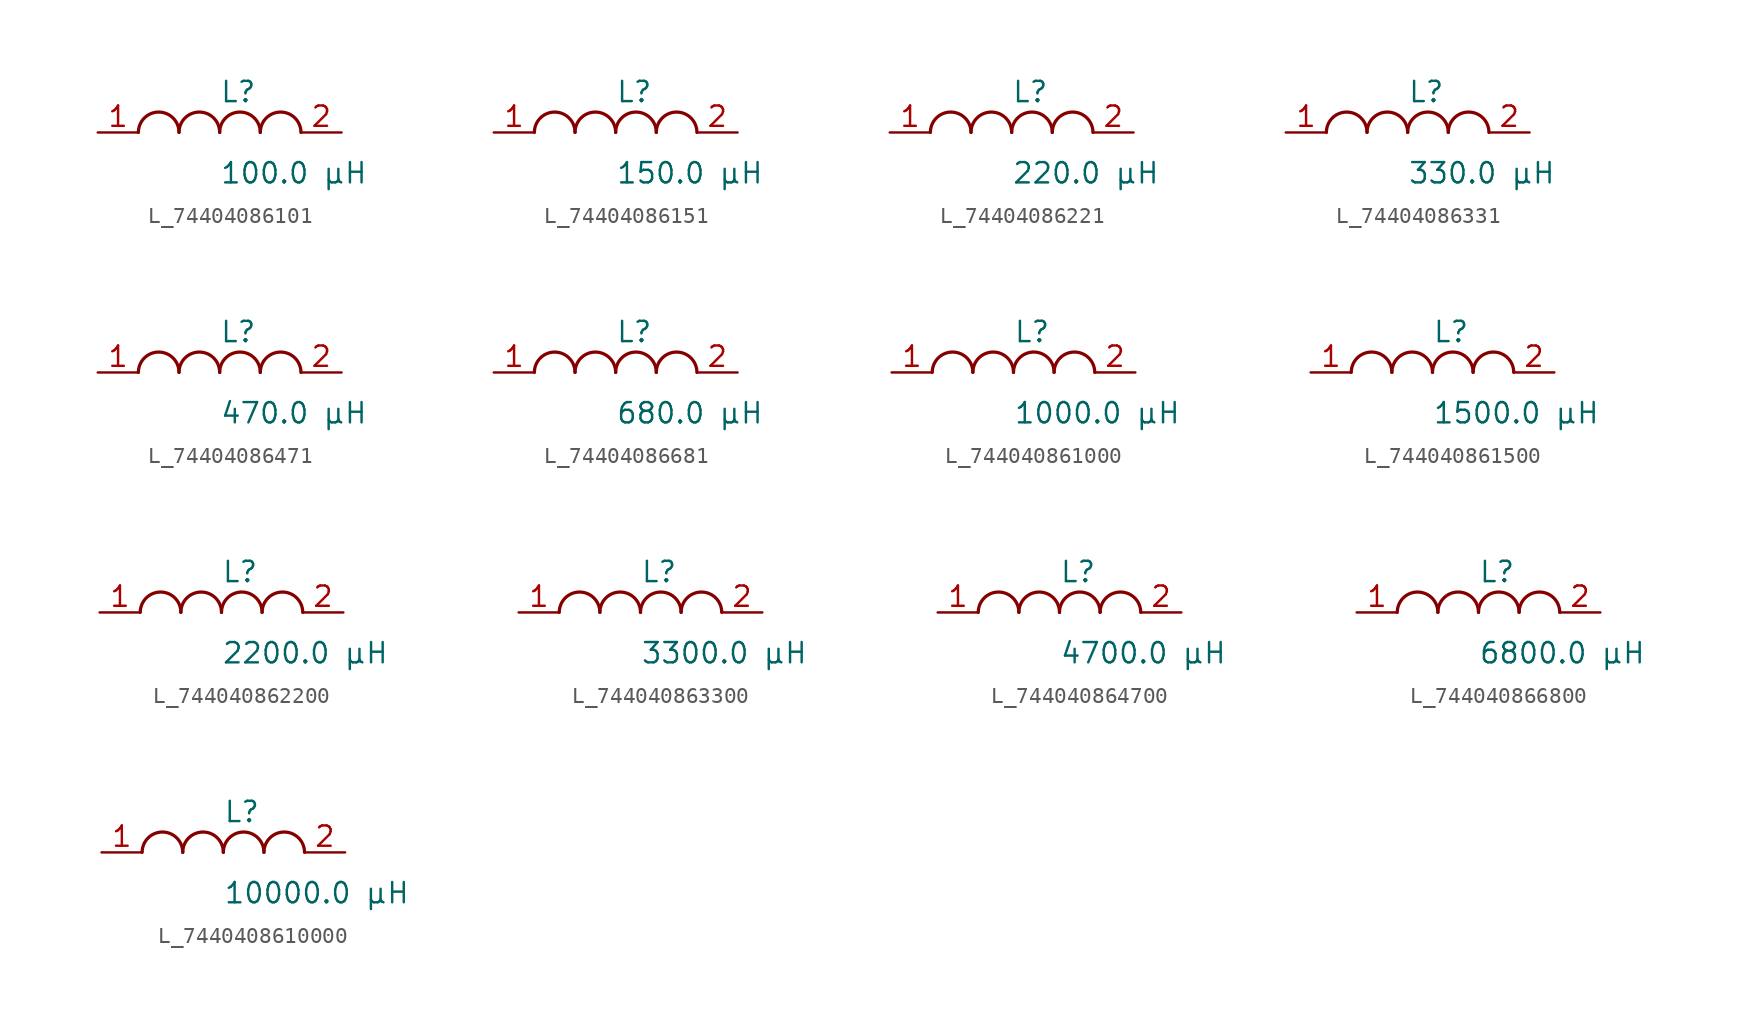
<source format=kicad_sym>
(kicad_symbol_lib
  (version 20231120)
  (generator kicad_symbol_editor)
  (generator_version 8.0)
  (symbol "L_74404086101"
    (pin_names
      (offset 0.254))
    (property "Reference" "L"
      (at 0.0 2.54 0)
      (effects (font (size 1.27 1.27)) (justify left)))
    (property "Value" "100.0 µH"
      (at 0.0 -2.54 0)
      (effects (font (size 1.27 1.27)) (justify left)))
    (symbol "L_74404086101_1_1"
      (arc (start -2.54 0.0056) (mid -3.81 1.27) (end -5.08 0.0056) (stroke (width 0.2032) (type default)) (fill (type none)))
      (arc (start 0 0.0056) (mid -1.27 1.27) (end -2.54 0.0056) (stroke (width 0.2032) (type default)) (fill (type none)))
      (arc (start 2.54 0.0056) (mid 1.27 1.27) (end 0 0.0056) (stroke (width 0.2032) (type default)) (fill (type none)))
      (arc (start 5.08 0.0056) (mid 3.81 1.27) (end 2.54 0.0056) (stroke (width 0.2032) (type default)) (fill (type none)))
      (pin unspecified line (at -7.62 0 0) (length 2.54) (name "" (effects (font (size 1.27 1.27)))) (number "1" (effects (font (size 1.27 1.27)))))
      (pin unspecified line (at 7.62 0 180) (length 2.54) (name "" (effects (font (size 1.27 1.27)))) (number "2" (effects (font (size 1.27 1.27)))))))
  (symbol "L_74404086151"
    (pin_names
      (offset 0.254))
    (property "Reference" "L"
      (at 0.0 2.54 0)
      (effects (font (size 1.27 1.27)) (justify left)))
    (property "Value" "150.0 µH"
      (at 0.0 -2.54 0)
      (effects (font (size 1.27 1.27)) (justify left)))
    (symbol "L_74404086151_1_1"
      (arc (start -2.54 0.0056) (mid -3.81 1.27) (end -5.08 0.0056) (stroke (width 0.2032) (type default)) (fill (type none)))
      (arc (start 0 0.0056) (mid -1.27 1.27) (end -2.54 0.0056) (stroke (width 0.2032) (type default)) (fill (type none)))
      (arc (start 2.54 0.0056) (mid 1.27 1.27) (end 0 0.0056) (stroke (width 0.2032) (type default)) (fill (type none)))
      (arc (start 5.08 0.0056) (mid 3.81 1.27) (end 2.54 0.0056) (stroke (width 0.2032) (type default)) (fill (type none)))
      (pin unspecified line (at -7.62 0 0) (length 2.54) (name "" (effects (font (size 1.27 1.27)))) (number "1" (effects (font (size 1.27 1.27)))))
      (pin unspecified line (at 7.62 0 180) (length 2.54) (name "" (effects (font (size 1.27 1.27)))) (number "2" (effects (font (size 1.27 1.27)))))))
  (symbol "L_74404086221"
    (pin_names
      (offset 0.254))
    (property "Reference" "L"
      (at 0.0 2.54 0)
      (effects (font (size 1.27 1.27)) (justify left)))
    (property "Value" "220.0 µH"
      (at 0.0 -2.54 0)
      (effects (font (size 1.27 1.27)) (justify left)))
    (symbol "L_74404086221_1_1"
      (arc (start -2.54 0.0056) (mid -3.81 1.27) (end -5.08 0.0056) (stroke (width 0.2032) (type default)) (fill (type none)))
      (arc (start 0 0.0056) (mid -1.27 1.27) (end -2.54 0.0056) (stroke (width 0.2032) (type default)) (fill (type none)))
      (arc (start 2.54 0.0056) (mid 1.27 1.27) (end 0 0.0056) (stroke (width 0.2032) (type default)) (fill (type none)))
      (arc (start 5.08 0.0056) (mid 3.81 1.27) (end 2.54 0.0056) (stroke (width 0.2032) (type default)) (fill (type none)))
      (pin unspecified line (at -7.62 0 0) (length 2.54) (name "" (effects (font (size 1.27 1.27)))) (number "1" (effects (font (size 1.27 1.27)))))
      (pin unspecified line (at 7.62 0 180) (length 2.54) (name "" (effects (font (size 1.27 1.27)))) (number "2" (effects (font (size 1.27 1.27)))))))
  (symbol "L_74404086331"
    (pin_names
      (offset 0.254))
    (property "Reference" "L"
      (at 0.0 2.54 0)
      (effects (font (size 1.27 1.27)) (justify left)))
    (property "Value" "330.0 µH"
      (at 0.0 -2.54 0)
      (effects (font (size 1.27 1.27)) (justify left)))
    (symbol "L_74404086331_1_1"
      (arc (start -2.54 0.0056) (mid -3.81 1.27) (end -5.08 0.0056) (stroke (width 0.2032) (type default)) (fill (type none)))
      (arc (start 0 0.0056) (mid -1.27 1.27) (end -2.54 0.0056) (stroke (width 0.2032) (type default)) (fill (type none)))
      (arc (start 2.54 0.0056) (mid 1.27 1.27) (end 0 0.0056) (stroke (width 0.2032) (type default)) (fill (type none)))
      (arc (start 5.08 0.0056) (mid 3.81 1.27) (end 2.54 0.0056) (stroke (width 0.2032) (type default)) (fill (type none)))
      (pin unspecified line (at -7.62 0 0) (length 2.54) (name "" (effects (font (size 1.27 1.27)))) (number "1" (effects (font (size 1.27 1.27)))))
      (pin unspecified line (at 7.62 0 180) (length 2.54) (name "" (effects (font (size 1.27 1.27)))) (number "2" (effects (font (size 1.27 1.27)))))))
  (symbol "L_74404086471"
    (pin_names
      (offset 0.254))
    (property "Reference" "L"
      (at 0.0 2.54 0)
      (effects (font (size 1.27 1.27)) (justify left)))
    (property "Value" "470.0 µH"
      (at 0.0 -2.54 0)
      (effects (font (size 1.27 1.27)) (justify left)))
    (symbol "L_74404086471_1_1"
      (arc (start -2.54 0.0056) (mid -3.81 1.27) (end -5.08 0.0056) (stroke (width 0.2032) (type default)) (fill (type none)))
      (arc (start 0 0.0056) (mid -1.27 1.27) (end -2.54 0.0056) (stroke (width 0.2032) (type default)) (fill (type none)))
      (arc (start 2.54 0.0056) (mid 1.27 1.27) (end 0 0.0056) (stroke (width 0.2032) (type default)) (fill (type none)))
      (arc (start 5.08 0.0056) (mid 3.81 1.27) (end 2.54 0.0056) (stroke (width 0.2032) (type default)) (fill (type none)))
      (pin unspecified line (at -7.62 0 0) (length 2.54) (name "" (effects (font (size 1.27 1.27)))) (number "1" (effects (font (size 1.27 1.27)))))
      (pin unspecified line (at 7.62 0 180) (length 2.54) (name "" (effects (font (size 1.27 1.27)))) (number "2" (effects (font (size 1.27 1.27)))))))
  (symbol "L_74404086681"
    (pin_names
      (offset 0.254))
    (property "Reference" "L"
      (at 0.0 2.54 0)
      (effects (font (size 1.27 1.27)) (justify left)))
    (property "Value" "680.0 µH"
      (at 0.0 -2.54 0)
      (effects (font (size 1.27 1.27)) (justify left)))
    (symbol "L_74404086681_1_1"
      (arc (start -2.54 0.0056) (mid -3.81 1.27) (end -5.08 0.0056) (stroke (width 0.2032) (type default)) (fill (type none)))
      (arc (start 0 0.0056) (mid -1.27 1.27) (end -2.54 0.0056) (stroke (width 0.2032) (type default)) (fill (type none)))
      (arc (start 2.54 0.0056) (mid 1.27 1.27) (end 0 0.0056) (stroke (width 0.2032) (type default)) (fill (type none)))
      (arc (start 5.08 0.0056) (mid 3.81 1.27) (end 2.54 0.0056) (stroke (width 0.2032) (type default)) (fill (type none)))
      (pin unspecified line (at -7.62 0 0) (length 2.54) (name "" (effects (font (size 1.27 1.27)))) (number "1" (effects (font (size 1.27 1.27)))))
      (pin unspecified line (at 7.62 0 180) (length 2.54) (name "" (effects (font (size 1.27 1.27)))) (number "2" (effects (font (size 1.27 1.27)))))))
  (symbol "L_744040861000"
    (pin_names
      (offset 0.254))
    (property "Reference" "L"
      (at 0.0 2.54 0)
      (effects (font (size 1.27 1.27)) (justify left)))
    (property "Value" "1000.0 µH"
      (at 0.0 -2.54 0)
      (effects (font (size 1.27 1.27)) (justify left)))
    (symbol "L_744040861000_1_1"
      (arc (start -2.54 0.0056) (mid -3.81 1.27) (end -5.08 0.0056) (stroke (width 0.2032) (type default)) (fill (type none)))
      (arc (start 0 0.0056) (mid -1.27 1.27) (end -2.54 0.0056) (stroke (width 0.2032) (type default)) (fill (type none)))
      (arc (start 2.54 0.0056) (mid 1.27 1.27) (end 0 0.0056) (stroke (width 0.2032) (type default)) (fill (type none)))
      (arc (start 5.08 0.0056) (mid 3.81 1.27) (end 2.54 0.0056) (stroke (width 0.2032) (type default)) (fill (type none)))
      (pin unspecified line (at -7.62 0 0) (length 2.54) (name "" (effects (font (size 1.27 1.27)))) (number "1" (effects (font (size 1.27 1.27)))))
      (pin unspecified line (at 7.62 0 180) (length 2.54) (name "" (effects (font (size 1.27 1.27)))) (number "2" (effects (font (size 1.27 1.27)))))))
  (symbol "L_744040861500"
    (pin_names
      (offset 0.254))
    (property "Reference" "L"
      (at 0.0 2.54 0)
      (effects (font (size 1.27 1.27)) (justify left)))
    (property "Value" "1500.0 µH"
      (at 0.0 -2.54 0)
      (effects (font (size 1.27 1.27)) (justify left)))
    (symbol "L_744040861500_1_1"
      (arc (start -2.54 0.0056) (mid -3.81 1.27) (end -5.08 0.0056) (stroke (width 0.2032) (type default)) (fill (type none)))
      (arc (start 0 0.0056) (mid -1.27 1.27) (end -2.54 0.0056) (stroke (width 0.2032) (type default)) (fill (type none)))
      (arc (start 2.54 0.0056) (mid 1.27 1.27) (end 0 0.0056) (stroke (width 0.2032) (type default)) (fill (type none)))
      (arc (start 5.08 0.0056) (mid 3.81 1.27) (end 2.54 0.0056) (stroke (width 0.2032) (type default)) (fill (type none)))
      (pin unspecified line (at -7.62 0 0) (length 2.54) (name "" (effects (font (size 1.27 1.27)))) (number "1" (effects (font (size 1.27 1.27)))))
      (pin unspecified line (at 7.62 0 180) (length 2.54) (name "" (effects (font (size 1.27 1.27)))) (number "2" (effects (font (size 1.27 1.27)))))))
  (symbol "L_744040862200"
    (pin_names
      (offset 0.254))
    (property "Reference" "L"
      (at 0.0 2.54 0)
      (effects (font (size 1.27 1.27)) (justify left)))
    (property "Value" "2200.0 µH"
      (at 0.0 -2.54 0)
      (effects (font (size 1.27 1.27)) (justify left)))
    (symbol "L_744040862200_1_1"
      (arc (start -2.54 0.0056) (mid -3.81 1.27) (end -5.08 0.0056) (stroke (width 0.2032) (type default)) (fill (type none)))
      (arc (start 0 0.0056) (mid -1.27 1.27) (end -2.54 0.0056) (stroke (width 0.2032) (type default)) (fill (type none)))
      (arc (start 2.54 0.0056) (mid 1.27 1.27) (end 0 0.0056) (stroke (width 0.2032) (type default)) (fill (type none)))
      (arc (start 5.08 0.0056) (mid 3.81 1.27) (end 2.54 0.0056) (stroke (width 0.2032) (type default)) (fill (type none)))
      (pin unspecified line (at -7.62 0 0) (length 2.54) (name "" (effects (font (size 1.27 1.27)))) (number "1" (effects (font (size 1.27 1.27)))))
      (pin unspecified line (at 7.62 0 180) (length 2.54) (name "" (effects (font (size 1.27 1.27)))) (number "2" (effects (font (size 1.27 1.27)))))))
  (symbol "L_744040863300"
    (pin_names
      (offset 0.254))
    (property "Reference" "L"
      (at 0.0 2.54 0)
      (effects (font (size 1.27 1.27)) (justify left)))
    (property "Value" "3300.0 µH"
      (at 0.0 -2.54 0)
      (effects (font (size 1.27 1.27)) (justify left)))
    (symbol "L_744040863300_1_1"
      (arc (start -2.54 0.0056) (mid -3.81 1.27) (end -5.08 0.0056) (stroke (width 0.2032) (type default)) (fill (type none)))
      (arc (start 0 0.0056) (mid -1.27 1.27) (end -2.54 0.0056) (stroke (width 0.2032) (type default)) (fill (type none)))
      (arc (start 2.54 0.0056) (mid 1.27 1.27) (end 0 0.0056) (stroke (width 0.2032) (type default)) (fill (type none)))
      (arc (start 5.08 0.0056) (mid 3.81 1.27) (end 2.54 0.0056) (stroke (width 0.2032) (type default)) (fill (type none)))
      (pin unspecified line (at -7.62 0 0) (length 2.54) (name "" (effects (font (size 1.27 1.27)))) (number "1" (effects (font (size 1.27 1.27)))))
      (pin unspecified line (at 7.62 0 180) (length 2.54) (name "" (effects (font (size 1.27 1.27)))) (number "2" (effects (font (size 1.27 1.27)))))))
  (symbol "L_744040864700"
    (pin_names
      (offset 0.254))
    (property "Reference" "L"
      (at 0.0 2.54 0)
      (effects (font (size 1.27 1.27)) (justify left)))
    (property "Value" "4700.0 µH"
      (at 0.0 -2.54 0)
      (effects (font (size 1.27 1.27)) (justify left)))
    (symbol "L_744040864700_1_1"
      (arc (start -2.54 0.0056) (mid -3.81 1.27) (end -5.08 0.0056) (stroke (width 0.2032) (type default)) (fill (type none)))
      (arc (start 0 0.0056) (mid -1.27 1.27) (end -2.54 0.0056) (stroke (width 0.2032) (type default)) (fill (type none)))
      (arc (start 2.54 0.0056) (mid 1.27 1.27) (end 0 0.0056) (stroke (width 0.2032) (type default)) (fill (type none)))
      (arc (start 5.08 0.0056) (mid 3.81 1.27) (end 2.54 0.0056) (stroke (width 0.2032) (type default)) (fill (type none)))
      (pin unspecified line (at -7.62 0 0) (length 2.54) (name "" (effects (font (size 1.27 1.27)))) (number "1" (effects (font (size 1.27 1.27)))))
      (pin unspecified line (at 7.62 0 180) (length 2.54) (name "" (effects (font (size 1.27 1.27)))) (number "2" (effects (font (size 1.27 1.27)))))))
  (symbol "L_744040866800"
    (pin_names
      (offset 0.254))
    (property "Reference" "L"
      (at 0.0 2.54 0)
      (effects (font (size 1.27 1.27)) (justify left)))
    (property "Value" "6800.0 µH"
      (at 0.0 -2.54 0)
      (effects (font (size 1.27 1.27)) (justify left)))
    (symbol "L_744040866800_1_1"
      (arc (start -2.54 0.0056) (mid -3.81 1.27) (end -5.08 0.0056) (stroke (width 0.2032) (type default)) (fill (type none)))
      (arc (start 0 0.0056) (mid -1.27 1.27) (end -2.54 0.0056) (stroke (width 0.2032) (type default)) (fill (type none)))
      (arc (start 2.54 0.0056) (mid 1.27 1.27) (end 0 0.0056) (stroke (width 0.2032) (type default)) (fill (type none)))
      (arc (start 5.08 0.0056) (mid 3.81 1.27) (end 2.54 0.0056) (stroke (width 0.2032) (type default)) (fill (type none)))
      (pin unspecified line (at -7.62 0 0) (length 2.54) (name "" (effects (font (size 1.27 1.27)))) (number "1" (effects (font (size 1.27 1.27)))))
      (pin unspecified line (at 7.62 0 180) (length 2.54) (name "" (effects (font (size 1.27 1.27)))) (number "2" (effects (font (size 1.27 1.27)))))))
  (symbol "L_7440408610000"
    (pin_names
      (offset 0.254))
    (property "Reference" "L"
      (at 0.0 2.54 0)
      (effects (font (size 1.27 1.27)) (justify left)))
    (property "Value" "10000.0 µH"
      (at 0.0 -2.54 0)
      (effects (font (size 1.27 1.27)) (justify left)))
    (symbol "L_7440408610000_1_1"
      (arc (start -2.54 0.0056) (mid -3.81 1.27) (end -5.08 0.0056) (stroke (width 0.2032) (type default)) (fill (type none)))
      (arc (start 0 0.0056) (mid -1.27 1.27) (end -2.54 0.0056) (stroke (width 0.2032) (type default)) (fill (type none)))
      (arc (start 2.54 0.0056) (mid 1.27 1.27) (end 0 0.0056) (stroke (width 0.2032) (type default)) (fill (type none)))
      (arc (start 5.08 0.0056) (mid 3.81 1.27) (end 2.54 0.0056) (stroke (width 0.2032) (type default)) (fill (type none)))
      (pin unspecified line (at -7.62 0 0) (length 2.54) (name "" (effects (font (size 1.27 1.27)))) (number "1" (effects (font (size 1.27 1.27)))))
      (pin unspecified line (at 7.62 0 180) (length 2.54) (name "" (effects (font (size 1.27 1.27)))) (number "2" (effects (font (size 1.27 1.27))))))))
</source>
